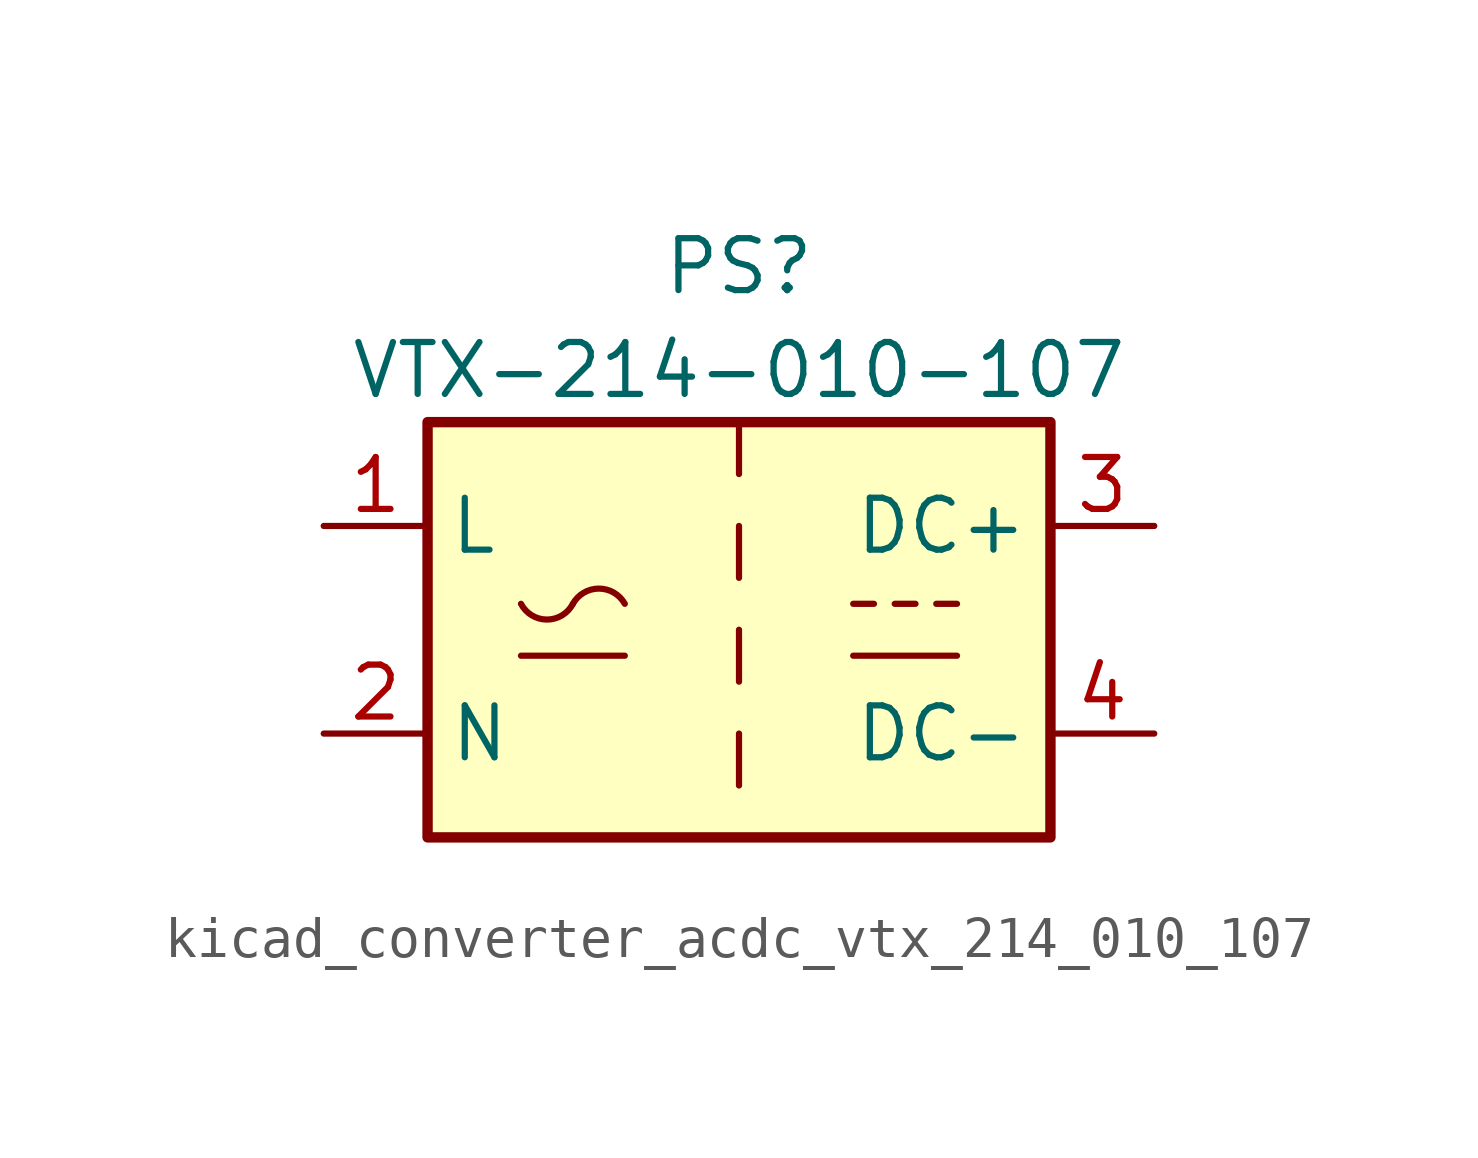
<source format=kicad_sym>
(kicad_symbol_lib
  (version 20220914)
  (generator kicad_symbol_editor)
  (symbol "kicad_converter_acdc_vtx_214_010_107"
    (property "Reference" "PS"
      (at 0 8.89 0)
      (effects (font (size 1.27 1.27))))
    (property "Value" "VTX-214-010-107"
      (at 0 6.35 0)
      (effects (font (size 1.27 1.27))))
    (symbol "kicad_converter_acdc_vtx_214_010_107_0_1"
      (rectangle (start -7.62 5.08) (end 7.62 -5.08) (stroke (width 0.254) (type default)) (fill (type background)))
      (arc (start -5.334 0.635) (mid -4.699 0.2495) (end -4.064 0.635) (stroke (width 0) (type default)) (fill (type none)))
      (arc (start -2.794 0.635) (mid -3.429 1.0072) (end -4.064 0.635) (stroke (width 0) (type default)) (fill (type none)))
      (polyline (pts (xy -5.334 -0.635) (xy -2.794 -0.635)) (stroke (width 0) (type default)) (fill (type none)))
      (polyline (pts (xy 2.794 -0.635) (xy 5.334 -0.635)) (stroke (width 0) (type default)) (fill (type none)))
      (polyline (pts (xy 2.794 0.635) (xy 3.302 0.635)) (stroke (width 0) (type default)) (fill (type none)))
      (polyline (pts (xy 3.81 0.635) (xy 4.318 0.635)) (stroke (width 0) (type default)) (fill (type none)))
      (polyline (pts (xy 4.826 0.635) (xy 5.334 0.635)) (stroke (width 0) (type default)) (fill (type none))))
    (symbol "kicad_converter_acdc_vtx_214_010_107_1_1"
      (polyline (pts (xy 0 -2.54) (xy 0 -3.81)) (stroke (width 0) (type default)) (fill (type none)))
      (polyline (pts (xy 0 0) (xy 0 -1.27)) (stroke (width 0) (type default)) (fill (type none)))
      (polyline (pts (xy 0 2.54) (xy 0 1.27)) (stroke (width 0) (type default)) (fill (type none)))
      (polyline (pts (xy 0 5.08) (xy 0 3.81)) (stroke (width 0) (type default)) (fill (type none)))
      (pin power_in line (at -10.16 2.54 0) (length 2.54) (name "L" (effects (font (size 1.27 1.27)))) (number "1" (effects (font (size 1.27 1.27)))))
      (pin power_in line (at -10.16 -2.54 0) (length 2.54) (name "N" (effects (font (size 1.27 1.27)))) (number "2" (effects (font (size 1.27 1.27)))))
      (pin power_out line (at 10.16 2.54 180) (length 2.54) (name "DC+" (effects (font (size 1.27 1.27)))) (number "3" (effects (font (size 1.27 1.27)))))
      (pin power_out line (at 10.16 -2.54 180) (length 2.54) (name "DC-" (effects (font (size 1.27 1.27)))) (number "4" (effects (font (size 1.27 1.27))))))))
</source>
